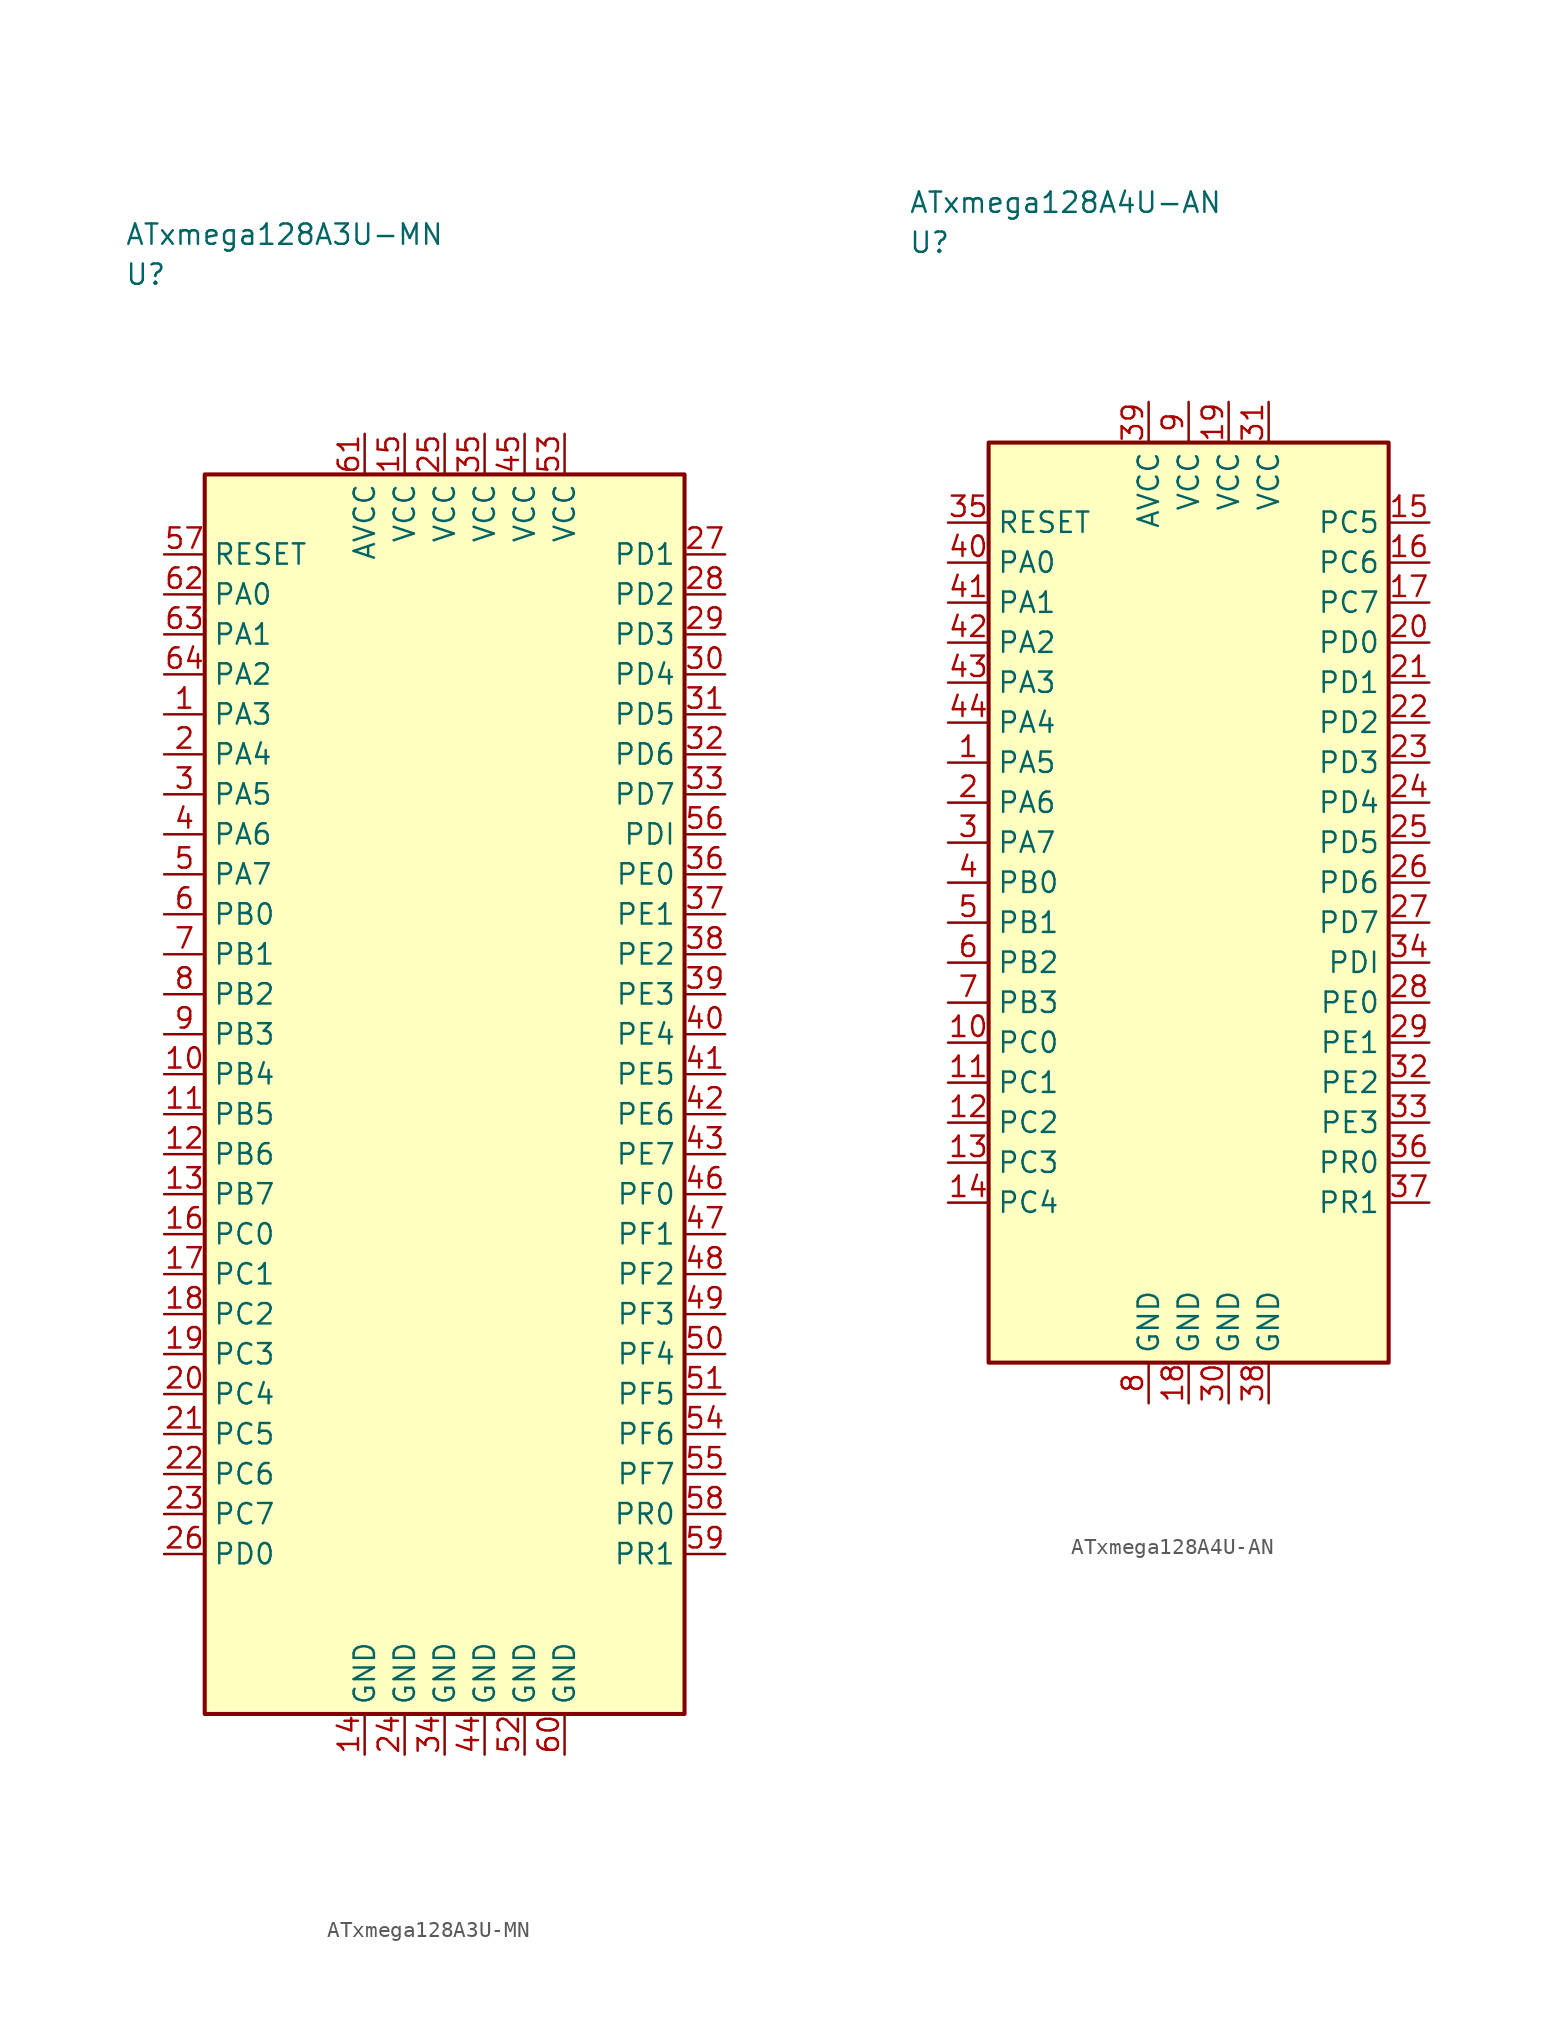
<source format=kicad_sym>
(kicad_symbol_lib
  (version 20241025)
  (generator "kicad_symbol_editor")
  (generator_version "8.0")
  (symbol "ATxmega128A3U-MN"
    (property "Reference" "U"
      (at -20.0 51.25 0)
      (effects (font (size 1.27 1.27)) (justify left)))
    (property "Value" "ATxmega128A3U-MN"
      (at -20.0 53.75 0)
      (effects (font (size 1.27 1.27)) (justify left)))
    (symbol "ATxmega128A3U-MN_0_1"
      (rectangle (start -15.0 38.75) (end 15.0 -38.75) (stroke (width 0.254) (type default)) (fill (type background))))
    (symbol "ATxmega128A3U-MN_1_1"
      (pin bidirectional line (at -17.54 23.75 0.0) (length 2.54) (name "PA3" (effects (font (size 1.27 1.27)))) (number "1" (effects (font (size 1.27 1.27)))))
      (pin bidirectional line (at -17.54 21.25 0.0) (length 2.54) (name "PA4" (effects (font (size 1.27 1.27)))) (number "2" (effects (font (size 1.27 1.27)))))
      (pin bidirectional line (at -17.54 18.75 0.0) (length 2.54) (name "PA5" (effects (font (size 1.27 1.27)))) (number "3" (effects (font (size 1.27 1.27)))))
      (pin bidirectional line (at -17.54 16.25 0.0) (length 2.54) (name "PA6" (effects (font (size 1.27 1.27)))) (number "4" (effects (font (size 1.27 1.27)))))
      (pin bidirectional line (at -17.54 13.75 0.0) (length 2.54) (name "PA7" (effects (font (size 1.27 1.27)))) (number "5" (effects (font (size 1.27 1.27)))))
      (pin bidirectional line (at -17.54 11.25 0.0) (length 2.54) (name "PB0" (effects (font (size 1.27 1.27)))) (number "6" (effects (font (size 1.27 1.27)))))
      (pin bidirectional line (at -17.54 8.75 0.0) (length 2.54) (name "PB1" (effects (font (size 1.27 1.27)))) (number "7" (effects (font (size 1.27 1.27)))))
      (pin bidirectional line (at -17.54 6.25 0.0) (length 2.54) (name "PB2" (effects (font (size 1.27 1.27)))) (number "8" (effects (font (size 1.27 1.27)))))
      (pin bidirectional line (at -17.54 3.75 0.0) (length 2.54) (name "PB3" (effects (font (size 1.27 1.27)))) (number "9" (effects (font (size 1.27 1.27)))))
      (pin bidirectional line (at -17.54 1.25 0.0) (length 2.54) (name "PB4" (effects (font (size 1.27 1.27)))) (number "10" (effects (font (size 1.27 1.27)))))
      (pin bidirectional line (at -17.54 -1.25 0.0) (length 2.54) (name "PB5" (effects (font (size 1.27 1.27)))) (number "11" (effects (font (size 1.27 1.27)))))
      (pin bidirectional line (at -17.54 -3.75 0.0) (length 2.54) (name "PB6" (effects (font (size 1.27 1.27)))) (number "12" (effects (font (size 1.27 1.27)))))
      (pin bidirectional line (at -17.54 -6.25 0.0) (length 2.54) (name "PB7" (effects (font (size 1.27 1.27)))) (number "13" (effects (font (size 1.27 1.27)))))
      (pin passive line (at -5.0 -41.29 90.0) (length 2.54) (name "GND" (effects (font (size 1.27 1.27)))) (number "14" (effects (font (size 1.27 1.27)))))
      (pin power_in line (at -2.5 41.29 270.0) (length 2.54) (name "VCC" (effects (font (size 1.27 1.27)))) (number "15" (effects (font (size 1.27 1.27)))))
      (pin bidirectional line (at -17.54 -8.75 0.0) (length 2.54) (name "PC0" (effects (font (size 1.27 1.27)))) (number "16" (effects (font (size 1.27 1.27)))))
      (pin bidirectional line (at -17.54 -11.25 0.0) (length 2.54) (name "PC1" (effects (font (size 1.27 1.27)))) (number "17" (effects (font (size 1.27 1.27)))))
      (pin bidirectional line (at -17.54 -13.75 0.0) (length 2.54) (name "PC2" (effects (font (size 1.27 1.27)))) (number "18" (effects (font (size 1.27 1.27)))))
      (pin bidirectional line (at -17.54 -16.25 0.0) (length 2.54) (name "PC3" (effects (font (size 1.27 1.27)))) (number "19" (effects (font (size 1.27 1.27)))))
      (pin bidirectional line (at -17.54 -18.75 0.0) (length 2.54) (name "PC4" (effects (font (size 1.27 1.27)))) (number "20" (effects (font (size 1.27 1.27)))))
      (pin bidirectional line (at -17.54 -21.25 0.0) (length 2.54) (name "PC5" (effects (font (size 1.27 1.27)))) (number "21" (effects (font (size 1.27 1.27)))))
      (pin bidirectional line (at -17.54 -23.75 0.0) (length 2.54) (name "PC6" (effects (font (size 1.27 1.27)))) (number "22" (effects (font (size 1.27 1.27)))))
      (pin bidirectional line (at -17.54 -26.25 0.0) (length 2.54) (name "PC7" (effects (font (size 1.27 1.27)))) (number "23" (effects (font (size 1.27 1.27)))))
      (pin passive line (at -2.5 -41.29 90.0) (length 2.54) (name "GND" (effects (font (size 1.27 1.27)))) (number "24" (effects (font (size 1.27 1.27)))))
      (pin power_in line (at 0.0 41.29 270.0) (length 2.54) (name "VCC" (effects (font (size 1.27 1.27)))) (number "25" (effects (font (size 1.27 1.27)))))
      (pin bidirectional line (at -17.54 -28.75 0.0) (length 2.54) (name "PD0" (effects (font (size 1.27 1.27)))) (number "26" (effects (font (size 1.27 1.27)))))
      (pin bidirectional line (at 17.54 33.75 180.0) (length 2.54) (name "PD1" (effects (font (size 1.27 1.27)))) (number "27" (effects (font (size 1.27 1.27)))))
      (pin bidirectional line (at 17.54 31.25 180.0) (length 2.54) (name "PD2" (effects (font (size 1.27 1.27)))) (number "28" (effects (font (size 1.27 1.27)))))
      (pin bidirectional line (at 17.54 28.75 180.0) (length 2.54) (name "PD3" (effects (font (size 1.27 1.27)))) (number "29" (effects (font (size 1.27 1.27)))))
      (pin bidirectional line (at 17.54 26.25 180.0) (length 2.54) (name "PD4" (effects (font (size 1.27 1.27)))) (number "30" (effects (font (size 1.27 1.27)))))
      (pin bidirectional line (at 17.54 23.75 180.0) (length 2.54) (name "PD5" (effects (font (size 1.27 1.27)))) (number "31" (effects (font (size 1.27 1.27)))))
      (pin bidirectional line (at 17.54 21.25 180.0) (length 2.54) (name "PD6" (effects (font (size 1.27 1.27)))) (number "32" (effects (font (size 1.27 1.27)))))
      (pin bidirectional line (at 17.54 18.75 180.0) (length 2.54) (name "PD7" (effects (font (size 1.27 1.27)))) (number "33" (effects (font (size 1.27 1.27)))))
      (pin passive line (at 0.0 -41.29 90.0) (length 2.54) (name "GND" (effects (font (size 1.27 1.27)))) (number "34" (effects (font (size 1.27 1.27)))))
      (pin power_in line (at 2.5 41.29 270.0) (length 2.54) (name "VCC" (effects (font (size 1.27 1.27)))) (number "35" (effects (font (size 1.27 1.27)))))
      (pin bidirectional line (at 17.54 13.75 180.0) (length 2.54) (name "PE0" (effects (font (size 1.27 1.27)))) (number "36" (effects (font (size 1.27 1.27)))))
      (pin bidirectional line (at 17.54 11.25 180.0) (length 2.54) (name "PE1" (effects (font (size 1.27 1.27)))) (number "37" (effects (font (size 1.27 1.27)))))
      (pin bidirectional line (at 17.54 8.75 180.0) (length 2.54) (name "PE2" (effects (font (size 1.27 1.27)))) (number "38" (effects (font (size 1.27 1.27)))))
      (pin bidirectional line (at 17.54 6.25 180.0) (length 2.54) (name "PE3" (effects (font (size 1.27 1.27)))) (number "39" (effects (font (size 1.27 1.27)))))
      (pin bidirectional line (at 17.54 3.75 180.0) (length 2.54) (name "PE4" (effects (font (size 1.27 1.27)))) (number "40" (effects (font (size 1.27 1.27)))))
      (pin bidirectional line (at 17.54 1.25 180.0) (length 2.54) (name "PE5" (effects (font (size 1.27 1.27)))) (number "41" (effects (font (size 1.27 1.27)))))
      (pin bidirectional line (at 17.54 -1.25 180.0) (length 2.54) (name "PE6" (effects (font (size 1.27 1.27)))) (number "42" (effects (font (size 1.27 1.27)))))
      (pin bidirectional line (at 17.54 -3.75 180.0) (length 2.54) (name "PE7" (effects (font (size 1.27 1.27)))) (number "43" (effects (font (size 1.27 1.27)))))
      (pin passive line (at 2.5 -41.29 90.0) (length 2.54) (name "GND" (effects (font (size 1.27 1.27)))) (number "44" (effects (font (size 1.27 1.27)))))
      (pin power_in line (at 5.0 41.29 270.0) (length 2.54) (name "VCC" (effects (font (size 1.27 1.27)))) (number "45" (effects (font (size 1.27 1.27)))))
      (pin bidirectional line (at 17.54 -6.25 180.0) (length 2.54) (name "PF0" (effects (font (size 1.27 1.27)))) (number "46" (effects (font (size 1.27 1.27)))))
      (pin bidirectional line (at 17.54 -8.75 180.0) (length 2.54) (name "PF1" (effects (font (size 1.27 1.27)))) (number "47" (effects (font (size 1.27 1.27)))))
      (pin bidirectional line (at 17.54 -11.25 180.0) (length 2.54) (name "PF2" (effects (font (size 1.27 1.27)))) (number "48" (effects (font (size 1.27 1.27)))))
      (pin bidirectional line (at 17.54 -13.75 180.0) (length 2.54) (name "PF3" (effects (font (size 1.27 1.27)))) (number "49" (effects (font (size 1.27 1.27)))))
      (pin bidirectional line (at 17.54 -16.25 180.0) (length 2.54) (name "PF4" (effects (font (size 1.27 1.27)))) (number "50" (effects (font (size 1.27 1.27)))))
      (pin bidirectional line (at 17.54 -18.75 180.0) (length 2.54) (name "PF5" (effects (font (size 1.27 1.27)))) (number "51" (effects (font (size 1.27 1.27)))))
      (pin passive line (at 5.0 -41.29 90.0) (length 2.54) (name "GND" (effects (font (size 1.27 1.27)))) (number "52" (effects (font (size 1.27 1.27)))))
      (pin power_in line (at 7.5 41.29 270.0) (length 2.54) (name "VCC" (effects (font (size 1.27 1.27)))) (number "53" (effects (font (size 1.27 1.27)))))
      (pin bidirectional line (at 17.54 -21.25 180.0) (length 2.54) (name "PF6" (effects (font (size 1.27 1.27)))) (number "54" (effects (font (size 1.27 1.27)))))
      (pin bidirectional line (at 17.54 -23.75 180.0) (length 2.54) (name "PF7" (effects (font (size 1.27 1.27)))) (number "55" (effects (font (size 1.27 1.27)))))
      (pin bidirectional line (at 17.54 16.25 180.0) (length 2.54) (name "PDI" (effects (font (size 1.27 1.27)))) (number "56" (effects (font (size 1.27 1.27)))))
      (pin input line (at -17.54 33.75 0.0) (length 2.54) (name "RESET" (effects (font (size 1.27 1.27)))) (number "57" (effects (font (size 1.27 1.27)))))
      (pin bidirectional line (at 17.54 -26.25 180.0) (length 2.54) (name "PR0" (effects (font (size 1.27 1.27)))) (number "58" (effects (font (size 1.27 1.27)))))
      (pin bidirectional line (at 17.54 -28.75 180.0) (length 2.54) (name "PR1" (effects (font (size 1.27 1.27)))) (number "59" (effects (font (size 1.27 1.27)))))
      (pin passive line (at 7.5 -41.29 90.0) (length 2.54) (name "GND" (effects (font (size 1.27 1.27)))) (number "60" (effects (font (size 1.27 1.27)))))
      (pin power_in line (at -5.0 41.29 270.0) (length 2.54) (name "AVCC" (effects (font (size 1.27 1.27)))) (number "61" (effects (font (size 1.27 1.27)))))
      (pin bidirectional line (at -17.54 31.25 0.0) (length 2.54) (name "PA0" (effects (font (size 1.27 1.27)))) (number "62" (effects (font (size 1.27 1.27)))))
      (pin bidirectional line (at -17.54 28.75 0.0) (length 2.54) (name "PA1" (effects (font (size 1.27 1.27)))) (number "63" (effects (font (size 1.27 1.27)))))
      (pin bidirectional line (at -17.54 26.25 0.0) (length 2.54) (name "PA2" (effects (font (size 1.27 1.27)))) (number "64" (effects (font (size 1.27 1.27)))))))
  (symbol "ATxmega128A4U-AN"
    (property "Reference" "U"
      (at -17.5 41.25 0)
      (effects (font (size 1.27 1.27)) (justify left)))
    (property "Value" "ATxmega128A4U-AN"
      (at -17.5 43.75 0)
      (effects (font (size 1.27 1.27)) (justify left)))
    (symbol "ATxmega128A4U-AN_0_1"
      (rectangle (start -12.5 28.75) (end 12.5 -28.75) (stroke (width 0.254) (type default)) (fill (type background))))
    (symbol "ATxmega128A4U-AN_1_1"
      (pin bidirectional line (at -15.04 8.75 0.0) (length 2.54) (name "PA5" (effects (font (size 1.27 1.27)))) (number "1" (effects (font (size 1.27 1.27)))))
      (pin bidirectional line (at -15.04 6.25 0.0) (length 2.54) (name "PA6" (effects (font (size 1.27 1.27)))) (number "2" (effects (font (size 1.27 1.27)))))
      (pin bidirectional line (at -15.04 3.75 0.0) (length 2.54) (name "PA7" (effects (font (size 1.27 1.27)))) (number "3" (effects (font (size 1.27 1.27)))))
      (pin bidirectional line (at -15.04 1.25 0.0) (length 2.54) (name "PB0" (effects (font (size 1.27 1.27)))) (number "4" (effects (font (size 1.27 1.27)))))
      (pin bidirectional line (at -15.04 -1.25 0.0) (length 2.54) (name "PB1" (effects (font (size 1.27 1.27)))) (number "5" (effects (font (size 1.27 1.27)))))
      (pin bidirectional line (at -15.04 -3.75 0.0) (length 2.54) (name "PB2" (effects (font (size 1.27 1.27)))) (number "6" (effects (font (size 1.27 1.27)))))
      (pin bidirectional line (at -15.04 -6.25 0.0) (length 2.54) (name "PB3" (effects (font (size 1.27 1.27)))) (number "7" (effects (font (size 1.27 1.27)))))
      (pin passive line (at -2.5 -31.29 90.0) (length 2.54) (name "GND" (effects (font (size 1.27 1.27)))) (number "8" (effects (font (size 1.27 1.27)))))
      (pin power_in line (at 0.0 31.29 270.0) (length 2.54) (name "VCC" (effects (font (size 1.27 1.27)))) (number "9" (effects (font (size 1.27 1.27)))))
      (pin bidirectional line (at -15.04 -8.75 0.0) (length 2.54) (name "PC0" (effects (font (size 1.27 1.27)))) (number "10" (effects (font (size 1.27 1.27)))))
      (pin bidirectional line (at -15.04 -11.25 0.0) (length 2.54) (name "PC1" (effects (font (size 1.27 1.27)))) (number "11" (effects (font (size 1.27 1.27)))))
      (pin bidirectional line (at -15.04 -13.75 0.0) (length 2.54) (name "PC2" (effects (font (size 1.27 1.27)))) (number "12" (effects (font (size 1.27 1.27)))))
      (pin bidirectional line (at -15.04 -16.25 0.0) (length 2.54) (name "PC3" (effects (font (size 1.27 1.27)))) (number "13" (effects (font (size 1.27 1.27)))))
      (pin bidirectional line (at -15.04 -18.75 0.0) (length 2.54) (name "PC4" (effects (font (size 1.27 1.27)))) (number "14" (effects (font (size 1.27 1.27)))))
      (pin bidirectional line (at 15.04 23.75 180.0) (length 2.54) (name "PC5" (effects (font (size 1.27 1.27)))) (number "15" (effects (font (size 1.27 1.27)))))
      (pin bidirectional line (at 15.04 21.25 180.0) (length 2.54) (name "PC6" (effects (font (size 1.27 1.27)))) (number "16" (effects (font (size 1.27 1.27)))))
      (pin bidirectional line (at 15.04 18.75 180.0) (length 2.54) (name "PC7" (effects (font (size 1.27 1.27)))) (number "17" (effects (font (size 1.27 1.27)))))
      (pin passive line (at 0.0 -31.29 90.0) (length 2.54) (name "GND" (effects (font (size 1.27 1.27)))) (number "18" (effects (font (size 1.27 1.27)))))
      (pin power_in line (at 2.5 31.29 270.0) (length 2.54) (name "VCC" (effects (font (size 1.27 1.27)))) (number "19" (effects (font (size 1.27 1.27)))))
      (pin bidirectional line (at 15.04 16.25 180.0) (length 2.54) (name "PD0" (effects (font (size 1.27 1.27)))) (number "20" (effects (font (size 1.27 1.27)))))
      (pin bidirectional line (at 15.04 13.75 180.0) (length 2.54) (name "PD1" (effects (font (size 1.27 1.27)))) (number "21" (effects (font (size 1.27 1.27)))))
      (pin bidirectional line (at 15.04 11.25 180.0) (length 2.54) (name "PD2" (effects (font (size 1.27 1.27)))) (number "22" (effects (font (size 1.27 1.27)))))
      (pin bidirectional line (at 15.04 8.75 180.0) (length 2.54) (name "PD3" (effects (font (size 1.27 1.27)))) (number "23" (effects (font (size 1.27 1.27)))))
      (pin bidirectional line (at 15.04 6.25 180.0) (length 2.54) (name "PD4" (effects (font (size 1.27 1.27)))) (number "24" (effects (font (size 1.27 1.27)))))
      (pin bidirectional line (at 15.04 3.75 180.0) (length 2.54) (name "PD5" (effects (font (size 1.27 1.27)))) (number "25" (effects (font (size 1.27 1.27)))))
      (pin bidirectional line (at 15.04 1.25 180.0) (length 2.54) (name "PD6" (effects (font (size 1.27 1.27)))) (number "26" (effects (font (size 1.27 1.27)))))
      (pin bidirectional line (at 15.04 -1.25 180.0) (length 2.54) (name "PD7" (effects (font (size 1.27 1.27)))) (number "27" (effects (font (size 1.27 1.27)))))
      (pin bidirectional line (at 15.04 -6.25 180.0) (length 2.54) (name "PE0" (effects (font (size 1.27 1.27)))) (number "28" (effects (font (size 1.27 1.27)))))
      (pin bidirectional line (at 15.04 -8.75 180.0) (length 2.54) (name "PE1" (effects (font (size 1.27 1.27)))) (number "29" (effects (font (size 1.27 1.27)))))
      (pin passive line (at 2.5 -31.29 90.0) (length 2.54) (name "GND" (effects (font (size 1.27 1.27)))) (number "30" (effects (font (size 1.27 1.27)))))
      (pin power_in line (at 5.0 31.29 270.0) (length 2.54) (name "VCC" (effects (font (size 1.27 1.27)))) (number "31" (effects (font (size 1.27 1.27)))))
      (pin bidirectional line (at 15.04 -11.25 180.0) (length 2.54) (name "PE2" (effects (font (size 1.27 1.27)))) (number "32" (effects (font (size 1.27 1.27)))))
      (pin bidirectional line (at 15.04 -13.75 180.0) (length 2.54) (name "PE3" (effects (font (size 1.27 1.27)))) (number "33" (effects (font (size 1.27 1.27)))))
      (pin bidirectional line (at 15.04 -3.75 180.0) (length 2.54) (name "PDI" (effects (font (size 1.27 1.27)))) (number "34" (effects (font (size 1.27 1.27)))))
      (pin input line (at -15.04 23.75 0.0) (length 2.54) (name "RESET" (effects (font (size 1.27 1.27)))) (number "35" (effects (font (size 1.27 1.27)))))
      (pin bidirectional line (at 15.04 -16.25 180.0) (length 2.54) (name "PR0" (effects (font (size 1.27 1.27)))) (number "36" (effects (font (size 1.27 1.27)))))
      (pin bidirectional line (at 15.04 -18.75 180.0) (length 2.54) (name "PR1" (effects (font (size 1.27 1.27)))) (number "37" (effects (font (size 1.27 1.27)))))
      (pin passive line (at 5.0 -31.29 90.0) (length 2.54) (name "GND" (effects (font (size 1.27 1.27)))) (number "38" (effects (font (size 1.27 1.27)))))
      (pin power_in line (at -2.5 31.29 270.0) (length 2.54) (name "AVCC" (effects (font (size 1.27 1.27)))) (number "39" (effects (font (size 1.27 1.27)))))
      (pin bidirectional line (at -15.04 21.25 0.0) (length 2.54) (name "PA0" (effects (font (size 1.27 1.27)))) (number "40" (effects (font (size 1.27 1.27)))))
      (pin bidirectional line (at -15.04 18.75 0.0) (length 2.54) (name "PA1" (effects (font (size 1.27 1.27)))) (number "41" (effects (font (size 1.27 1.27)))))
      (pin bidirectional line (at -15.04 16.25 0.0) (length 2.54) (name "PA2" (effects (font (size 1.27 1.27)))) (number "42" (effects (font (size 1.27 1.27)))))
      (pin bidirectional line (at -15.04 13.75 0.0) (length 2.54) (name "PA3" (effects (font (size 1.27 1.27)))) (number "43" (effects (font (size 1.27 1.27)))))
      (pin bidirectional line (at -15.04 11.25 0.0) (length 2.54) (name "PA4" (effects (font (size 1.27 1.27)))) (number "44" (effects (font (size 1.27 1.27))))))))
</source>
